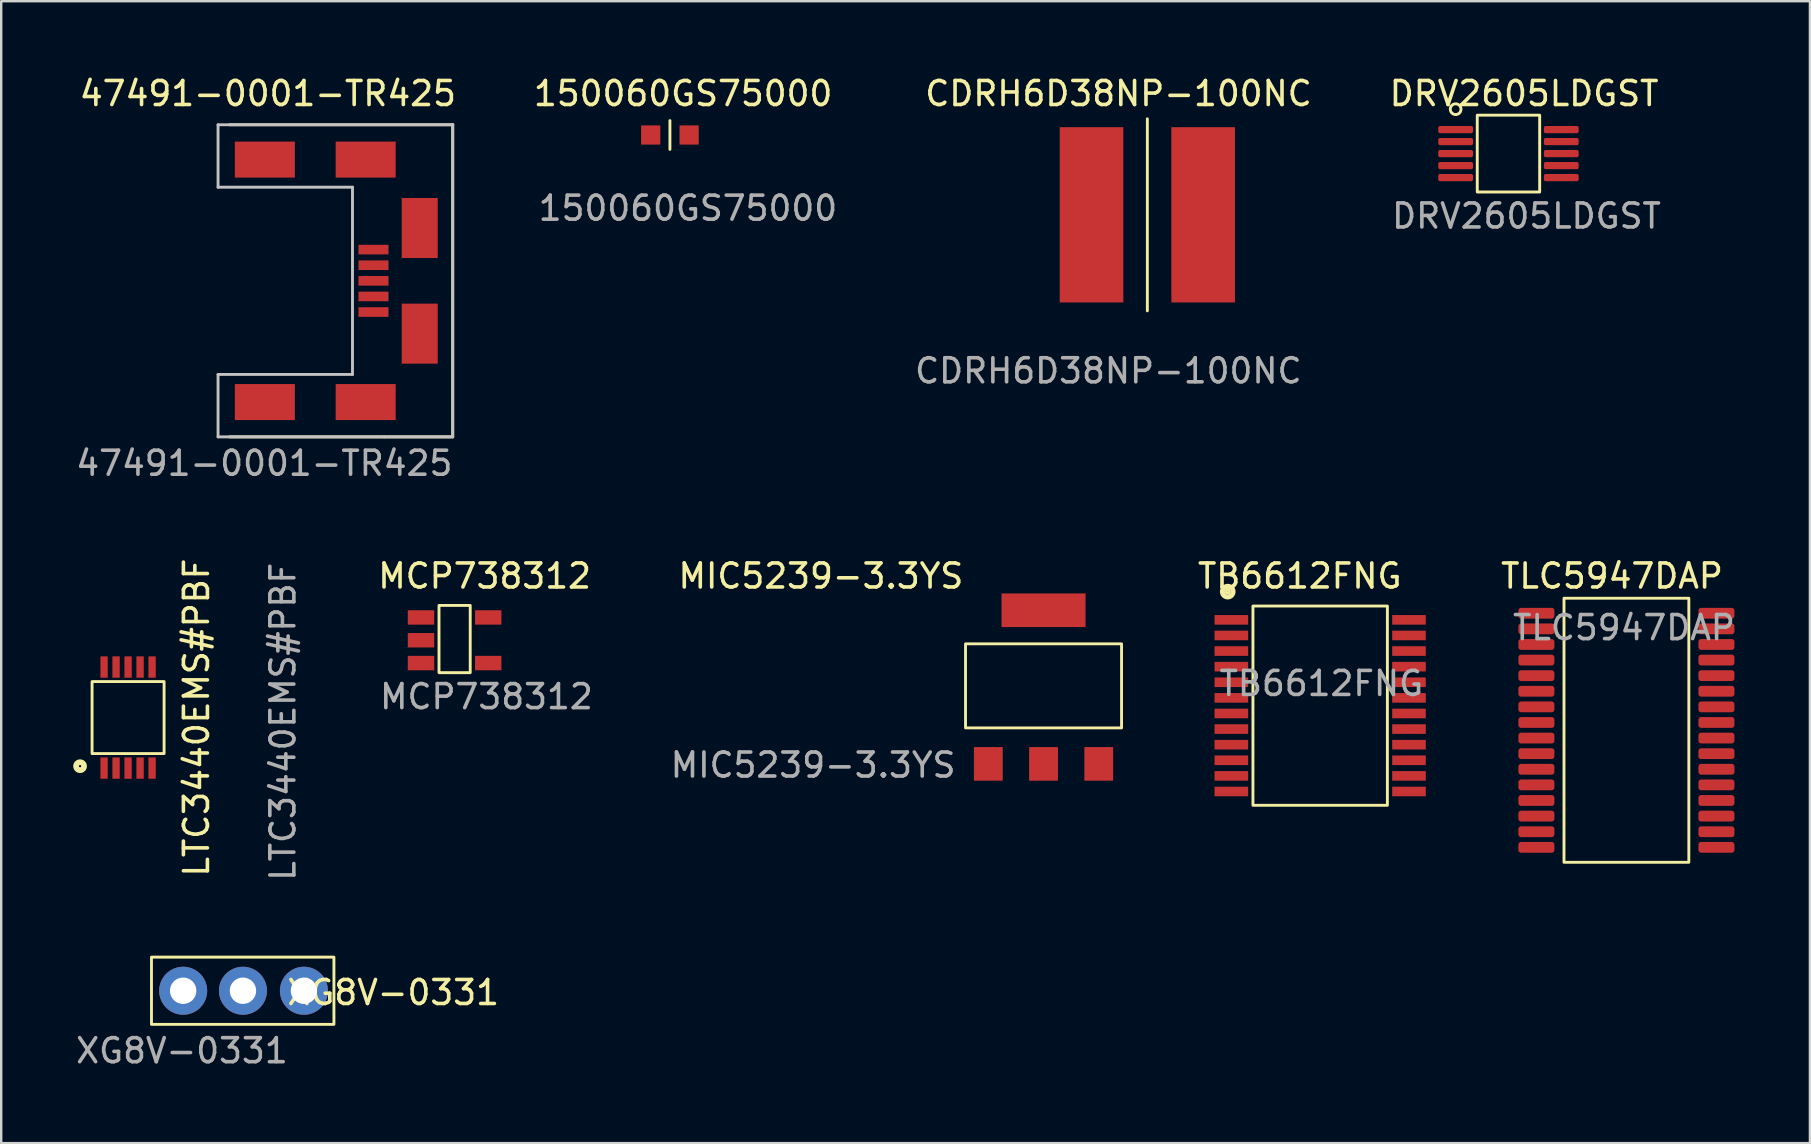
<source format=kicad_pcb>
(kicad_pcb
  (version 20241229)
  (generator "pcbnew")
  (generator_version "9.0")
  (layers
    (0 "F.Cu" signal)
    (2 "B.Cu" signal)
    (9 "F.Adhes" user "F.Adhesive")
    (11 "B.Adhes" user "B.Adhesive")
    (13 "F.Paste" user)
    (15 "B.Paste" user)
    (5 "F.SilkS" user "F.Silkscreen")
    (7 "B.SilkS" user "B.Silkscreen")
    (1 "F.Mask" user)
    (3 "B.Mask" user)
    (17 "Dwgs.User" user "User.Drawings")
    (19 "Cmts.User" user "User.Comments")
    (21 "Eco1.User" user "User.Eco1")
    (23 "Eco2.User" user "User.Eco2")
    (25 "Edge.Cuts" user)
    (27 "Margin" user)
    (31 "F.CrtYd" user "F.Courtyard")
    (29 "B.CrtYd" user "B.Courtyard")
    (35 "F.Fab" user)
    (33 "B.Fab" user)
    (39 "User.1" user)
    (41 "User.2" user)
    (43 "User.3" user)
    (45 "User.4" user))
  (footprint "47491-0001-TR425"
    (layer "F.Cu")
    (at 12.508 8.648)
    (property "Reference" "47491-0001-TR425" (at -4.4 -7.8 0) (unlocked yes) (layer "F.SilkS") (effects (font (size 1 1) (thickness 0.15))))
    (attr smd)
    (fp_line (start -6 -6.5) (end 3.3 -6.5) (stroke (width 0.12) (type solid)) (layer "F.SilkS"))
    (fp_line (start 3.3 -6.5) (end 3.3 6.5) (stroke (width 0.12) (type solid)) (layer "F.SilkS"))
    (fp_line (start 3.3 6.5) (end -6 6.5) (stroke (width 0.12) (type solid)) (layer "F.SilkS"))
    (fp_line (start -6.475 -6.5) (end -6.475 -3.9) (stroke (width 0.12) (type solid)) (layer "Dwgs.User"))
    (fp_line (start -6.475 -6.5) (end 3.3 -6.5) (stroke (width 0.12) (type solid)) (layer "Dwgs.User"))
    (fp_line (start -6.475 -3.9) (end -0.875 -3.9) (stroke (width 0.12) (type solid)) (layer "Dwgs.User"))
    (fp_line (start -6.475 3.9) (end -6.475 6.5) (stroke (width 0.12) (type solid)) (layer "Dwgs.User"))
    (fp_line (start -0.875 -3.9) (end -0.875 3.9) (stroke (width 0.12) (type solid)) (layer "Dwgs.User"))
    (fp_line (start -0.875 3.9) (end -6.475 3.9) (stroke (width 0.12) (type solid)) (layer "Dwgs.User"))
    (fp_line (start 0.45 6.5) (end 0.45 6.5) (stroke (width 0.12) (type solid)) (layer "Dwgs.User"))
    (fp_line (start 3.25 6.5) (end -6.475 6.5) (stroke (width 0.12) (type solid)) (layer "Dwgs.User"))
    (fp_line (start 3.3 -6.5) (end 3.3 -6.5) (stroke (width 0.12) (type solid)) (layer "Dwgs.User"))
    (fp_line (start 3.3 -6.5) (end 3.3 6.5) (stroke (width 0.12) (type solid)) (layer "Dwgs.User"))
    (fp_text user "${REFERENCE}" (at -4.55 7.6 0) (unlocked yes) (layer "F.Fab") (effects (font (size 1 1) (thickness 0.15))))
    (pad "1" smd rect (at 0 -1.3) (size 1.25 0.4) (layers "F.Cu" "F.Mask" "F.Paste"))
    (pad "2" smd rect (at 0 -0.65) (size 1.25 0.4) (layers "F.Cu" "F.Mask" "F.Paste"))
    (pad "3" smd rect (at 0 0) (size 1.25 0.4) (layers "F.Cu" "F.Mask" "F.Paste"))
    (pad "4" smd rect (at 0 0.65) (size 1.25 0.4) (layers "F.Cu" "F.Mask" "F.Paste"))
    (pad "5" smd rect (at 0 1.3) (size 1.25 0.4) (layers "F.Cu" "F.Mask" "F.Paste"))
    (pad "6" smd rect (at -4.525 -5.05) (size 2.5 1.5) (layers "F.Cu" "F.Mask" "F.Paste"))
    (pad "7" smd rect (at -0.325 -5.05) (size 2.5 1.5) (layers "F.Cu" "F.Mask" "F.Paste"))
    (pad "8" smd rect (at 1.925 -2.2 90) (size 2.5 1.5) (layers "F.Cu" "F.Mask" "F.Paste"))
    (pad "9" smd rect (at 1.925 2.2 90) (size 2.5 1.5) (layers "F.Cu" "F.Mask" "F.Paste"))
    (pad "10" smd rect (at -0.325 5.05) (size 2.5 1.5) (layers "F.Cu" "F.Mask" "F.Paste"))
    (pad "11" smd rect (at -4.525 5.05) (size 2.5 1.5) (layers "F.Cu" "F.Mask" "F.Paste")))
  (footprint "MCP738312"
    (layer "F.Cu")
    (at 14.487 22.67)
    (property "Reference" "MCP738312" (at 2.65 -1.725 0) (unlocked yes) (layer "F.SilkS") (effects (font (size 1 1) (thickness 0.15))))
    (attr smd)
    (fp_rect (start 0.75 -0.5) (end 2.05 2.3) (stroke (width 0.12) (type solid)) (fill no) (layer "F.SilkS"))
    (fp_text user "${REFERENCE}" (at 2.725 3.3 0) (unlocked yes) (layer "F.Fab") (effects (font (size 1 1) (thickness 0.15))))
    (pad "1" smd rect (at 0 0 90) (size 0.6 1.1) (layers "F.Cu" "F.Mask" "F.Paste"))
    (pad "2" smd rect (at 0 0.95 90) (size 0.6 1.1) (layers "F.Cu" "F.Mask" "F.Paste"))
    (pad "3" smd rect (at 0 1.9 90) (size 0.6 1.1) (layers "F.Cu" "F.Mask" "F.Paste"))
    (pad "4" smd rect (at 2.8 1.9 90) (size 0.6 1.1) (layers "F.Cu" "F.Mask" "F.Paste"))
    (pad "5" smd rect (at 2.8 0 90) (size 0.6 1.1) (layers "F.Cu" "F.Mask" "F.Paste")))
  (footprint "150060GS75000"
    (layer "F.Cu")
    (at 24.056 2.573)
    (property "Reference" "150060GS75000" (at 1.35 -1.725 0) (unlocked yes) (layer "F.SilkS") (effects (font (size 1 1) (thickness 0.15))))
    (attr smd)
    (fp_line (start 0.8 -0.6) (end 0.8 0.6) (stroke (width 0.12) (type solid)) (layer "F.SilkS"))
    (fp_text user "${REFERENCE}" (at 1.55 3.05 0) (unlocked yes) (layer "F.Fab") (effects (font (size 1 1) (thickness 0.15))))
    (pad "1" smd rect (at 0 0) (size 0.8 0.8) (layers "F.Cu" "F.Mask" "F.Paste"))
    (pad "2" smd rect (at 1.6 0) (size 0.8 0.8) (layers "F.Cu" "F.Mask" "F.Paste")))
  (footprint "MIC5239-3.3YS"
    (layer "F.Cu")
    (at 38.119 28.77)
    (property "Reference" "MIC5239-3.3YS" (at -6.975 -7.825 0) (unlocked yes) (layer "F.SilkS") (effects (font (size 1 1) (thickness 0.15))))
    (attr smd)
    (fp_rect (start -0.95 -5) (end 5.55 -1.5) (stroke (width 0.12) (type solid)) (fill no) (layer "F.SilkS"))
    (fp_text user "${REFERENCE}" (at -7.3 0.05 0) (unlocked yes) (layer "F.Fab") (effects (font (size 1 1) (thickness 0.15))))
    (pad "1" smd rect (at 0 0) (size 1.2 1.4) (layers "F.Cu" "F.Mask" "F.Paste"))
    (pad "2" smd rect (at 2.3 0) (size 1.2 1.4) (layers "F.Cu" "F.Mask" "F.Paste"))
    (pad "3" smd rect (at 4.6 0) (size 1.2 1.4) (layers "F.Cu" "F.Mask" "F.Paste"))
    (pad "4" smd rect (at 2.3 -6.4) (size 3.5 1.4) (layers "F.Cu" "F.Mask" "F.Paste")))
  (footprint "LTC3440EMS#PBF"
    (layer "F.Cu")
    (at 3.285 29.391)
    (property "Reference" "LTC3440EMS#PBF" (at 1.85 -2.55 90) (unlocked yes) (layer "F.SilkS") (effects (font (size 1 1) (thickness 0.15))))
    (attr smd)
    (fp_rect (start -2.5 -1.05) (end 0.5 -4.05) (stroke (width 0.12) (type solid)) (fill no) (layer "F.SilkS"))
    (fp_circle (center -3 -0.525) (end -2.95 -0.525) (stroke (width 0.12) (type solid)) (fill no) (layer "F.SilkS"))
    (fp_circle (center -3 -0.525) (end -2.875 -0.5) (stroke (width 0.12) (type solid)) (fill no) (layer "F.SilkS"))
    (fp_circle (center -3 -0.525) (end -2.775 -0.525) (stroke (width 0.12) (type solid)) (fill no) (layer "F.SilkS"))
    (fp_text user "${REFERENCE}" (at 5.45 -2.375 90) (unlocked yes) (layer "F.Fab") (effects (font (size 1 1) (thickness 0.15))))
    (pad "1" smd rect (at -2 -0.445) (size 0.305 0.889) (layers "F.Cu" "F.Mask" "F.Paste"))
    (pad "2" smd rect (at -1.5 -0.445) (size 0.305 0.889) (layers "F.Cu" "F.Mask" "F.Paste"))
    (pad "3" smd rect (at -1 -0.445) (size 0.305 0.889) (layers "F.Cu" "F.Mask" "F.Paste"))
    (pad "4" smd rect (at -0.5 -0.445) (size 0.305 0.889) (layers "F.Cu" "F.Mask" "F.Paste"))
    (pad "5" smd rect (at 0 -0.445) (size 0.305 0.889) (layers "F.Cu" "F.Mask" "F.Paste"))
    (pad "6" smd rect (at 0 -4.655) (size 0.305 0.889) (layers "F.Cu" "F.Mask" "F.Paste"))
    (pad "7" smd rect (at -0.5 -4.655) (size 0.305 0.889) (layers "F.Cu" "F.Mask" "F.Paste"))
    (pad "8" smd rect (at -1 -4.655) (size 0.305 0.889) (layers "F.Cu" "F.Mask" "F.Paste"))
    (pad "9" smd rect (at -1.5 -4.655) (size 0.305 0.889) (layers "F.Cu" "F.Mask" "F.Paste"))
    (pad "10" smd rect (at -2 -4.655) (size 0.305 0.889) (layers "F.Cu" "F.Mask" "F.Paste")))
  (footprint "CDRH6D38NP-100NC"
    (layer "F.Cu")
    (at 42.418 5.898)
    (property "Reference" "CDRH6D38NP-100NC" (at 1.125 -5.05 0) (unlocked yes) (layer "F.SilkS") (effects (font (size 1 1) (thickness 0.15))))
    (attr smd)
    (fp_line (start 2.325 -4) (end 2.325 4) (stroke (width 0.12) (type solid)) (layer "F.SilkS"))
    (fp_text user "${REFERENCE}" (at 0.7 6.5 0) (unlocked yes) (layer "F.Fab") (effects (font (size 1 1) (thickness 0.15))))
    (pad "1" smd rect (at 0 0) (size 2.65 7.3) (layers "F.Cu" "F.Mask" "F.Paste"))
    (pad "2" smd rect (at 4.65 0) (size 2.65 7.3) (layers "F.Cu" "F.Mask" "F.Paste")))
  (footprint "TLC5947DAP"
    (layer "F.Cu")
    (at 60.949 22.495)
    (property "Reference" "TLC5947DAP" (at 3.15 -1.55 0) (unlocked yes) (layer "F.SilkS") (effects (font (size 1 1) (thickness 0.15))))
    (attr smd)
    (fp_rect (start 1.15 -0.625) (end 6.35 10.375) (stroke (width 0.12) (type solid)) (fill no) (layer "F.SilkS"))
    (fp_text user "${REFERENCE}" (at 3.65 0.6 0) (unlocked yes) (layer "F.Fab") (effects (font (size 1 1) (thickness 0.15))))
    (pad "1" smd roundrect (at 0 0) (size 1.5 0.45) (layers "F.Cu" "F.Mask" "F.Paste") (roundrect_rratio 0.25))
    (pad "2" smd roundrect (at 0 0.65) (size 1.5 0.45) (layers "F.Cu" "F.Mask" "F.Paste") (roundrect_rratio 0.25))
    (pad "3" smd roundrect (at 0 1.3) (size 1.5 0.45) (layers "F.Cu" "F.Mask" "F.Paste") (roundrect_rratio 0.25))
    (pad "4" smd roundrect (at 0 1.95) (size 1.5 0.45) (layers "F.Cu" "F.Mask" "F.Paste") (roundrect_rratio 0.25))
    (pad "5" smd roundrect (at 0 2.6) (size 1.5 0.45) (layers "F.Cu" "F.Mask" "F.Paste") (roundrect_rratio 0.25))
    (pad "6" smd roundrect (at 0 3.25) (size 1.5 0.45) (layers "F.Cu" "F.Mask" "F.Paste") (roundrect_rratio 0.25))
    (pad "7" smd roundrect (at 0 3.9) (size 1.5 0.45) (layers "F.Cu" "F.Mask" "F.Paste") (roundrect_rratio 0.25))
    (pad "8" smd roundrect (at 0 4.55) (size 1.5 0.45) (layers "F.Cu" "F.Mask" "F.Paste") (roundrect_rratio 0.25))
    (pad "9" smd roundrect (at 0 5.2) (size 1.5 0.45) (layers "F.Cu" "F.Mask" "F.Paste") (roundrect_rratio 0.25))
    (pad "10" smd roundrect (at 0 5.85) (size 1.5 0.45) (layers "F.Cu" "F.Mask" "F.Paste") (roundrect_rratio 0.25))
    (pad "11" smd roundrect (at 0 6.5) (size 1.5 0.45) (layers "F.Cu" "F.Mask" "F.Paste") (roundrect_rratio 0.25))
    (pad "12" smd roundrect (at 0 7.15) (size 1.5 0.45) (layers "F.Cu" "F.Mask" "F.Paste") (roundrect_rratio 0.25))
    (pad "13" smd roundrect (at 0 7.8) (size 1.5 0.45) (layers "F.Cu" "F.Mask" "F.Paste") (roundrect_rratio 0.25))
    (pad "14" smd roundrect (at 0 8.45) (size 1.5 0.45) (layers "F.Cu" "F.Mask" "F.Paste") (roundrect_rratio 0.25))
    (pad "15" smd roundrect (at 0 9.1) (size 1.5 0.45) (layers "F.Cu" "F.Mask" "F.Paste") (roundrect_rratio 0.25))
    (pad "16" smd roundrect (at 0 9.75) (size 1.5 0.45) (layers "F.Cu" "F.Mask" "F.Paste") (roundrect_rratio 0.25))
    (pad "17" smd roundrect (at 7.5 9.75) (size 1.5 0.45) (layers "F.Cu" "F.Mask" "F.Paste") (roundrect_rratio 0.25))
    (pad "18" smd roundrect (at 7.5 9.1) (size 1.5 0.45) (layers "F.Cu" "F.Mask" "F.Paste") (roundrect_rratio 0.25))
    (pad "19" smd roundrect (at 7.5 8.45) (size 1.5 0.45) (layers "F.Cu" "F.Mask" "F.Paste") (roundrect_rratio 0.25))
    (pad "20" smd roundrect (at 7.5 7.8) (size 1.5 0.45) (layers "F.Cu" "F.Mask" "F.Paste") (roundrect_rratio 0.25))
    (pad "21" smd roundrect (at 7.5 7.15) (size 1.5 0.45) (layers "F.Cu" "F.Mask" "F.Paste") (roundrect_rratio 0.25))
    (pad "22" smd roundrect (at 7.5 6.5) (size 1.5 0.45) (layers "F.Cu" "F.Mask" "F.Paste") (roundrect_rratio 0.25))
    (pad "23" smd roundrect (at 7.5 5.85) (size 1.5 0.45) (layers "F.Cu" "F.Mask" "F.Paste") (roundrect_rratio 0.25))
    (pad "24" smd roundrect (at 7.5 5.2) (size 1.5 0.45) (layers "F.Cu" "F.Mask" "F.Paste") (roundrect_rratio 0.25))
    (pad "25" smd roundrect (at 7.5 4.55) (size 1.5 0.45) (layers "F.Cu" "F.Mask" "F.Paste") (roundrect_rratio 0.25))
    (pad "26" smd roundrect (at 7.5 3.9) (size 1.5 0.45) (layers "F.Cu" "F.Mask" "F.Paste") (roundrect_rratio 0.25))
    (pad "27" smd roundrect (at 7.5 3.25) (size 1.5 0.45) (layers "F.Cu" "F.Mask" "F.Paste") (roundrect_rratio 0.25))
    (pad "28" smd roundrect (at 7.5 2.6) (size 1.5 0.45) (layers "F.Cu" "F.Mask" "F.Paste") (roundrect_rratio 0.25))
    (pad "29" smd roundrect (at 7.5 1.95) (size 1.5 0.45) (layers "F.Cu" "F.Mask" "F.Paste") (roundrect_rratio 0.25))
    (pad "30" smd roundrect (at 7.5 1.3) (size 1.5 0.45) (layers "F.Cu" "F.Mask" "F.Paste") (roundrect_rratio 0.25))
    (pad "31" smd roundrect (at 7.5 0.65) (size 1.5 0.45) (layers "F.Cu" "F.Mask" "F.Paste") (roundrect_rratio 0.25))
    (pad "32" smd roundrect (at 7.5 0) (size 1.5 0.45) (layers "F.Cu" "F.Mask" "F.Paste") (roundrect_rratio 0.25)))
  (footprint "XG8V-0331"
    (layer "F.Cu")
    (at 4.53 38.22)
    (property "Reference" "XG8V-0331" (at 8.8 0.075 0) (unlocked yes) (layer "F.SilkS") (effects (font (size 1 1) (thickness 0.15))))
    (attr smd)
    (fp_rect (start -1.27 -1.4) (end 6.33 1.4) (stroke (width 0.12) (type solid)) (fill no) (layer "F.SilkS"))
    (fp_text user "${REFERENCE}" (at 0 2.5 0) (unlocked yes) (layer "F.Fab") (effects (font (size 1 1) (thickness 0.15))))
    (pad "1" thru_hole circle (at 0.05 0) (size 2 2) (drill 1.1) (layers "*.Cu" "*.Mask"))
    (pad "2" thru_hole circle (at 2.54 0) (size 2 2) (drill 1.1) (layers "*.Cu" "*.Mask"))
    (pad "3" thru_hole circle (at 5.08 0) (size 2 2) (drill 1.1) (layers "*.Cu" "*.Mask")))
  (footprint "DRV2605LDGST"
    (layer "F.Cu")
    (at 57.586 2.348)
    (property "Reference" "DRV2605LDGST" (at 2.85 -1.5 0) (unlocked yes) (layer "F.SilkS") (effects (font (size 1 1) (thickness 0.15))))
    (attr smd)
    (fp_rect (start 0.9 -0.6) (end 3.5 2.6) (stroke (width 0.12) (type solid)) (fill no) (layer "F.SilkS"))
    (fp_circle (center 0 -0.85) (end 0.2 -0.75) (stroke (width 0.12) (type solid)) (fill no) (layer "F.SilkS"))
    (fp_text user "${REFERENCE}" (at 2.95 3.6 0) (unlocked yes) (layer "F.Fab") (effects (font (size 1 1) (thickness 0.15))))
    (pad "1" smd roundrect (at 0 0) (size 1.45 0.3) (layers "F.Cu" "F.Mask" "F.Paste") (roundrect_rratio 0.25))
    (pad "2" smd roundrect (at 0 0.5) (size 1.45 0.3) (layers "F.Cu" "F.Mask" "F.Paste") (roundrect_rratio 0.25))
    (pad "3" smd roundrect (at 0 1) (size 1.45 0.3) (layers "F.Cu" "F.Mask" "F.Paste") (roundrect_rratio 0.25))
    (pad "4" smd roundrect (at 0 1.5) (size 1.45 0.3) (layers "F.Cu" "F.Mask" "F.Paste") (roundrect_rratio 0.25))
    (pad "5" smd roundrect (at 0 2) (size 1.45 0.3) (layers "F.Cu" "F.Mask" "F.Paste") (roundrect_rratio 0.25))
    (pad "6" smd roundrect (at 4.4 2) (size 1.45 0.3) (layers "F.Cu" "F.Mask" "F.Paste") (roundrect_rratio 0.25))
    (pad "7" smd roundrect (at 4.4 1.5) (size 1.45 0.3) (layers "F.Cu" "F.Mask" "F.Paste") (roundrect_rratio 0.25))
    (pad "8" smd roundrect (at 4.4 1) (size 1.45 0.3) (layers "F.Cu" "F.Mask" "F.Paste") (roundrect_rratio 0.25))
    (pad "9" smd roundrect (at 4.4 0.5) (size 1.45 0.3) (layers "F.Cu" "F.Mask" "F.Paste") (roundrect_rratio 0.25))
    (pad "10" smd roundrect (at 4.4 0) (size 1.45 0.3) (layers "F.Cu" "F.Mask" "F.Paste") (roundrect_rratio 0.25)))
  (footprint "TB6612FNG"
    (layer "F.Cu")
    (at 48.242 22.77)
    (property "Reference" "TB6612FNG" (at 2.85 -1.825 0) (unlocked yes) (layer "F.SilkS") (effects (font (size 1 1) (thickness 0.15))))
    (attr smd)
    (fp_rect (start 0.9 -0.575) (end 6.5 7.725) (stroke (width 0.12) (type solid)) (fill no) (layer "F.SilkS"))
    (fp_circle (center -0.15 -1.175) (end -0.1 -1.125) (stroke (width 0.12) (type solid)) (fill no) (layer "F.SilkS"))
    (fp_circle (center -0.15 -1.175) (end 0 -1.075) (stroke (width 0.12) (type solid)) (fill no) (layer "F.SilkS"))
    (fp_circle (center -0.15 -1.175) (end 0.05 -1) (stroke (width 0.12) (type solid)) (fill no) (layer "F.SilkS"))
    (fp_text user "${REFERENCE}" (at 3.75 2.65 0) (unlocked yes) (layer "F.Fab") (effects (font (size 1 1) (thickness 0.15))))
    (pad "1" smd rect (at 0 0) (size 1.4 0.4) (layers "F.Cu" "F.Mask" "F.Paste"))
    (pad "2" smd rect (at 0 0.65) (size 1.4 0.4) (layers "F.Cu" "F.Mask" "F.Paste"))
    (pad "3" smd rect (at 0 1.3) (size 1.4 0.4) (layers "F.Cu" "F.Mask" "F.Paste"))
    (pad "4" smd rect (at 0 1.95) (size 1.4 0.4) (layers "F.Cu" "F.Mask" "F.Paste"))
    (pad "5" smd rect (at 0 2.6) (size 1.4 0.4) (layers "F.Cu" "F.Mask" "F.Paste"))
    (pad "6" smd rect (at 0 3.25) (size 1.4 0.4) (layers "F.Cu" "F.Mask" "F.Paste"))
    (pad "7" smd rect (at 0 3.9) (size 1.4 0.4) (layers "F.Cu" "F.Mask" "F.Paste"))
    (pad "8" smd rect (at 0 4.55) (size 1.4 0.4) (layers "F.Cu" "F.Mask" "F.Paste"))
    (pad "9" smd rect (at 0 5.2) (size 1.4 0.4) (layers "F.Cu" "F.Mask" "F.Paste"))
    (pad "10" smd rect (at 0 5.85) (size 1.4 0.4) (layers "F.Cu" "F.Mask" "F.Paste"))
    (pad "11" smd rect (at 0 6.5) (size 1.4 0.4) (layers "F.Cu" "F.Mask" "F.Paste"))
    (pad "12" smd rect (at 0 7.15) (size 1.4 0.4) (layers "F.Cu" "F.Mask" "F.Paste"))
    (pad "13" smd rect (at 7.4 7.15) (size 1.4 0.4) (layers "F.Cu" "F.Mask" "F.Paste"))
    (pad "14" smd rect (at 7.4 6.5) (size 1.4 0.4) (layers "F.Cu" "F.Mask" "F.Paste"))
    (pad "15" smd rect (at 7.4 5.85) (size 1.4 0.4) (layers "F.Cu" "F.Mask" "F.Paste"))
    (pad "16" smd rect (at 7.4 5.2) (size 1.4 0.4) (layers "F.Cu" "F.Mask" "F.Paste"))
    (pad "17" smd rect (at 7.4 4.55) (size 1.4 0.4) (layers "F.Cu" "F.Mask" "F.Paste"))
    (pad "18" smd rect (at 7.4 3.9) (size 1.4 0.4) (layers "F.Cu" "F.Mask" "F.Paste"))
    (pad "19" smd rect (at 7.4 3.25) (size 1.4 0.4) (layers "F.Cu" "F.Mask" "F.Paste"))
    (pad "20" smd rect (at 7.4 2.6) (size 1.4 0.4) (layers "F.Cu" "F.Mask" "F.Paste"))
    (pad "21" smd rect (at 7.4 1.95) (size 1.4 0.4) (layers "F.Cu" "F.Mask" "F.Paste"))
    (pad "22" smd rect (at 7.4 1.3) (size 1.4 0.4) (layers "F.Cu" "F.Mask" "F.Paste"))
    (pad "23" smd rect (at 7.4 0.65) (size 1.4 0.4) (layers "F.Cu" "F.Mask" "F.Paste"))
    (pad "24" smd rect (at 7.4 0) (size 1.4 0.4) (layers "F.Cu" "F.Mask" "F.Paste")))
  (gr_rect
    (start -3 -3)
    (end 72.343 44.568)
    (stroke (width 0.1) (type default))
    (fill no)
    (layer "Edge.Cuts")))
</source>
